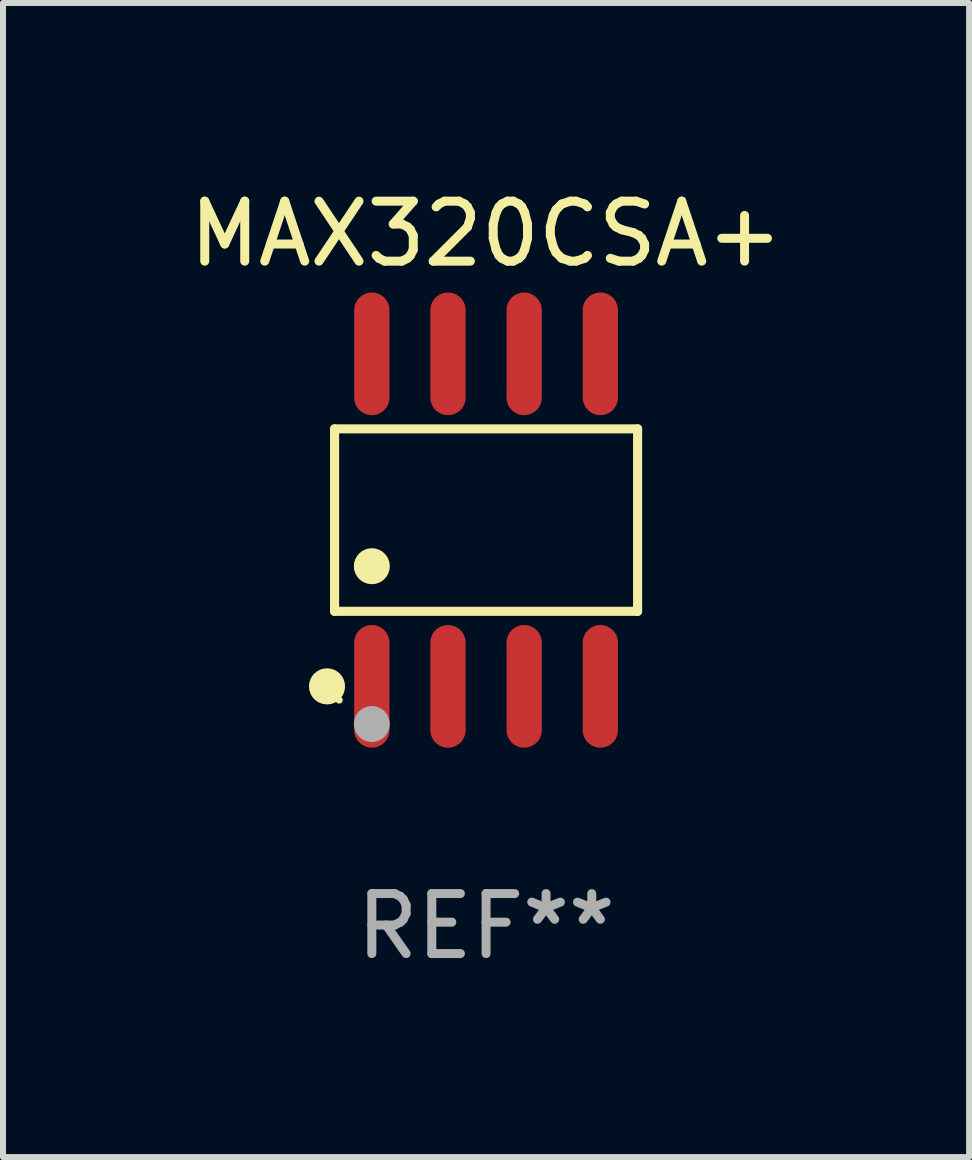
<source format=kicad_pcb>
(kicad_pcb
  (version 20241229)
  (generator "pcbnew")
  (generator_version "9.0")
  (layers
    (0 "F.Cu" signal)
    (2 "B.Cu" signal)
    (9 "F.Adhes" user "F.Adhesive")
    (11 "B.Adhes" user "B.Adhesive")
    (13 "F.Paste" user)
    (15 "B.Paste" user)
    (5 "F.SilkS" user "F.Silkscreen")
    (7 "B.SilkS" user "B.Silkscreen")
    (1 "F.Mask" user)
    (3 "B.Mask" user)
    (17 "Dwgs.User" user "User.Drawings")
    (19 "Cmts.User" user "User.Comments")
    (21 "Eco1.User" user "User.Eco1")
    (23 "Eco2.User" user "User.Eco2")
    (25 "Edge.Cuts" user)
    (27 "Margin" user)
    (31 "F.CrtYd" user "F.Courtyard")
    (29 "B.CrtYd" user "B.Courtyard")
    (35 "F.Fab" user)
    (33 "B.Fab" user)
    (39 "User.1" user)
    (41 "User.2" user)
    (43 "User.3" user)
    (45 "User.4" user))
  (footprint "MAX320CSA+"
    (layer "F.Cu")
    (at 5.054 5.621)
    (property "Reference" "MAX320CSA+" (at 0 -4.772 0) (layer "F.SilkS") (effects (font (size 1 1) (thickness 0.15))))
    (attr through_hole)
    (fp_line (start -2.526 -1.521) (end 2.526 -1.521) (stroke (width 0.152) (type solid)) (layer "F.SilkS"))
    (fp_line (start -2.526 1.521) (end -2.526 -1.521) (stroke (width 0.152) (type solid)) (layer "F.SilkS"))
    (fp_line (start 2.526 -1.521) (end 2.526 1.521) (stroke (width 0.152) (type solid)) (layer "F.SilkS"))
    (fp_line (start 2.526 1.521) (end -2.526 1.521) (stroke (width 0.152) (type solid)) (layer "F.SilkS"))
    (fp_circle (center -2.652 2.772) (end -2.501 2.772) (stroke (width 0.3) (type solid)) (fill no) (layer "F.SilkS"))
    (fp_circle (center -2.45 3) (end -2.42 3) (stroke (width 0.06) (type solid)) (fill no) (layer "F.SilkS"))
    (fp_circle (center -1.905 0.769) (end -1.755 0.769) (stroke (width 0.3) (type solid)) (fill no) (layer "F.SilkS"))
    (fp_circle (center -1.905 3.4) (end -1.755 3.4) (stroke (width 0.3) (type solid)) (fill no) (layer "F.Fab"))
    (fp_text user "REF**" (at 0 6.772 0) (layer "F.Fab") (effects (font (size 1 1) (thickness 0.15))))
    (pad "1" smd oval (at -1.905 2.772) (size 0.588 2.045) (layers "F.Cu" "F.Mask" "F.Paste"))
    (pad "2" smd oval (at -0.635 2.772) (size 0.588 2.045) (layers "F.Cu" "F.Mask" "F.Paste"))
    (pad "3" smd oval (at 0.635 2.772) (size 0.588 2.045) (layers "F.Cu" "F.Mask" "F.Paste"))
    (pad "4" smd oval (at 1.905 2.772) (size 0.588 2.045) (layers "F.Cu" "F.Mask" "F.Paste"))
    (pad "5" smd oval (at 1.905 -2.772) (size 0.588 2.045) (layers "F.Cu" "F.Mask" "F.Paste"))
    (pad "6" smd oval (at 0.635 -2.772) (size 0.588 2.045) (layers "F.Cu" "F.Mask" "F.Paste"))
    (pad "7" smd oval (at -0.635 -2.772) (size 0.588 2.045) (layers "F.Cu" "F.Mask" "F.Paste"))
    (pad "8" smd oval (at -1.905 -2.772) (size 0.588 2.045) (layers "F.Cu" "F.Mask" "F.Paste")))
  (gr_rect
    (start -3 -3)
    (end 13.107 16.241)
    (stroke (width 0.1) (type default))
    (fill no)
    (layer "Edge.Cuts")))
</source>
